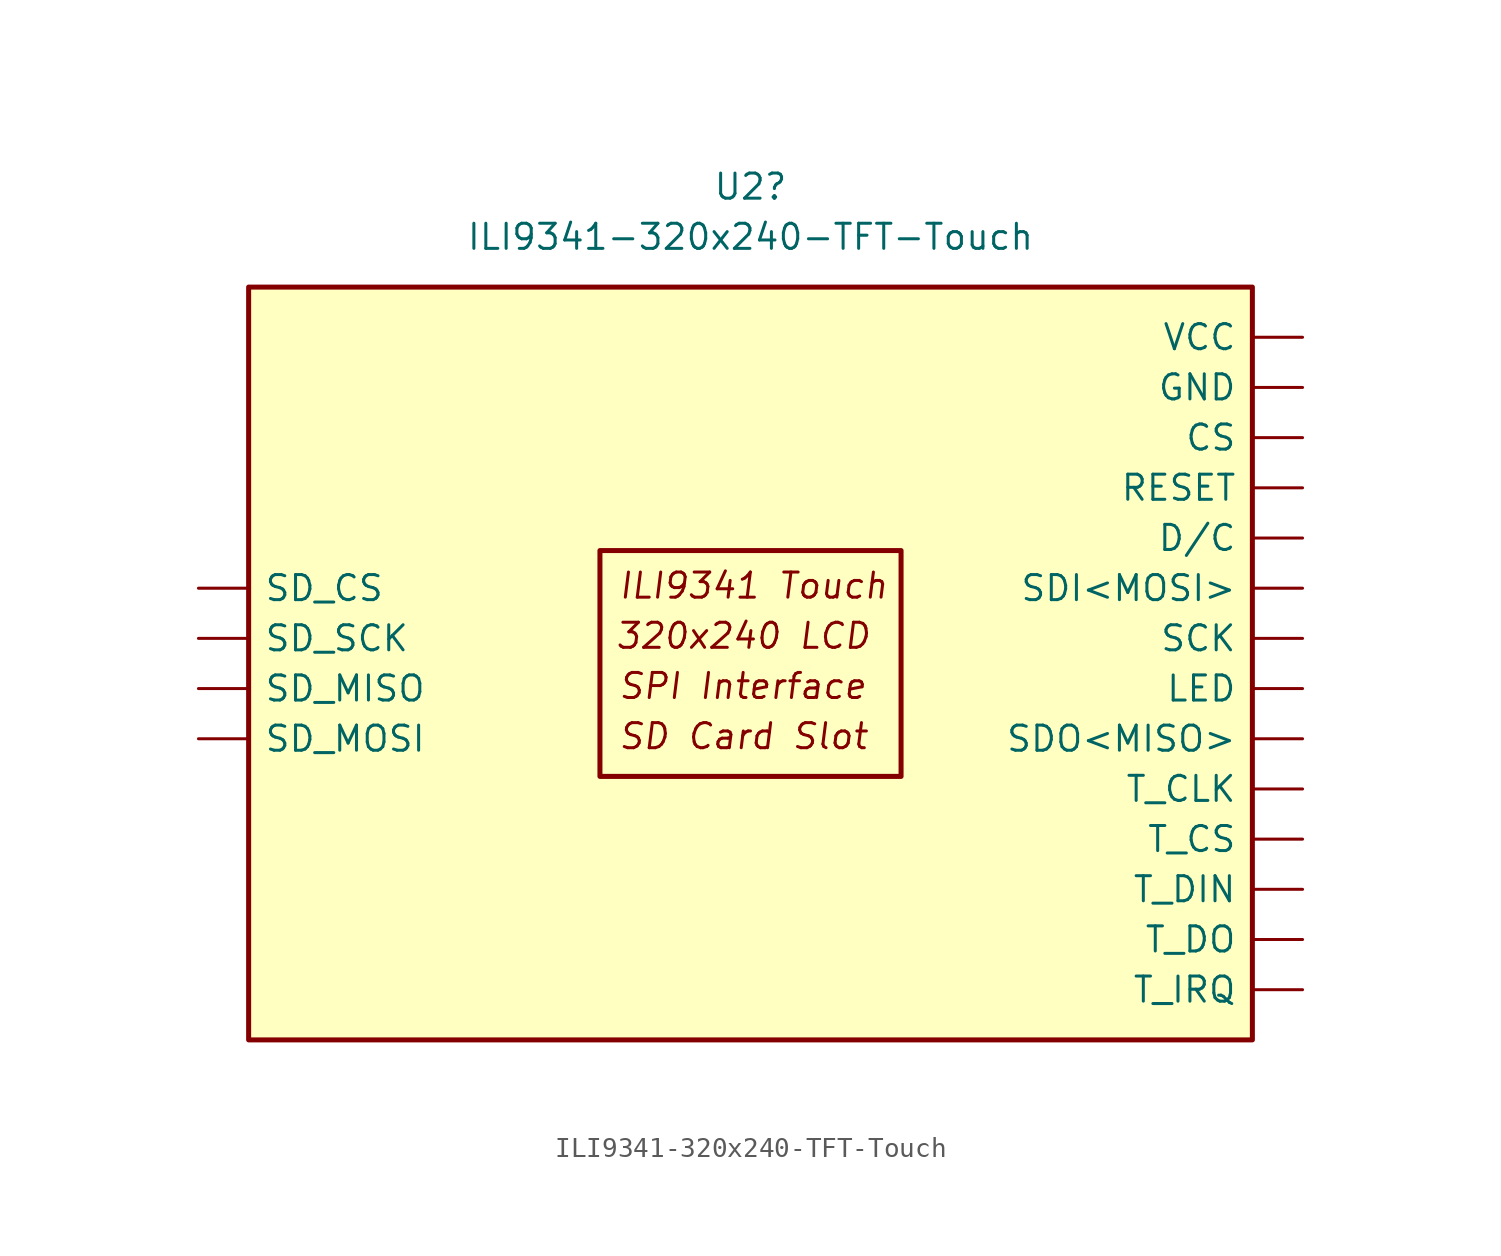
<source format=kicad_sym>
(kicad_symbol_lib
  (version 20231120)
  (generator "kicad_symbol_editor")
  (generator_version "8.0")
  (symbol "ILI9341-320x240-TFT-Touch"
    (pin_names
      (offset 0.762))
    (property "Reference" "U2"
      (at 8.89 17.78 0)
      (effects (font (size 1.27 1.27))))
    (property "Value" "ILI9341-320x240-TFT-Touch"
      (at 8.89 15.24 0)
      (effects (font (size 1.27 1.27))))
    (symbol "ILI9341-320x240-TFT-Touch_0_0"
      (text "320x240 LCD" (at 8.509 -4.953 0) (effects (font (size 1.27 1.27) (italic yes))))
      (text "SD Card Slot" (at 2.159 -10.033 0) (effects (font (size 1.27 1.27) (italic yes)) (justify left)))
      (text "SPI Interface" (at 2.159 -7.493 0) (effects (font (size 1.27 1.27) (italic yes)) (justify left))))
    (symbol "ILI9341-320x240-TFT-Touch_0_1"
      (rectangle (start -16.51 12.7) (end 34.29 -25.4) (stroke (width 0.254) (type default)) (fill (type background)))
      (rectangle (start 1.27 -0.635) (end 16.51 -12.065) (stroke (width 0.254) (type default)) (fill (type none))))
    (symbol "ILI9341-320x240-TFT-Touch_1_0"
      (text "ILI9341 Touch" (at 2.159 -2.413 0) (effects (font (size 1.27 1.27) (italic yes)) (justify left))))
    (symbol "ILI9341-320x240-TFT-Touch_1_1"
      (pin input line (at 36.83 5.08 180) (length 2.54) (name "CS" (effects (font (size 1.27 1.27)))) (number "" (effects (font (size 1.27 1.27)))))
      (pin input line (at 36.83 0 180) (length 2.54) (name "D/C" (effects (font (size 1.27 1.27)))) (number "" (effects (font (size 1.27 1.27)))))
      (pin power_in line (at 36.83 7.62 180) (length 2.54) (name "GND" (effects (font (size 1.27 1.27)))) (number "" (effects (font (size 1.27 1.27)))))
      (pin passive line (at 36.83 -7.62 180) (length 2.54) (name "LED" (effects (font (size 1.27 1.27)))) (number "" (effects (font (size 1.27 1.27)))))
      (pin power_in line (at 36.83 2.54 180) (length 2.54) (name "RESET" (effects (font (size 1.27 1.27)))) (number "" (effects (font (size 1.27 1.27)))))
      (pin input line (at 36.83 -5.08 180) (length 2.54) (name "SCK" (effects (font (size 1.27 1.27)))) (number "" (effects (font (size 1.27 1.27)))))
      (pin input line (at 36.83 -2.54 180) (length 2.54) (name "SDI<MOSI>" (effects (font (size 1.27 1.27)))) (number "" (effects (font (size 1.27 1.27)))))
      (pin output line (at 36.83 -10.16 180) (length 2.54) (name "SDO<MISO>" (effects (font (size 1.27 1.27)))) (number "" (effects (font (size 1.27 1.27)))))
      (pin input line (at -19.05 -2.54 0) (length 2.54) (name "SD_CS" (effects (font (size 1.27 1.27)))) (number "" (effects (font (size 1.27 1.27)))))
      (pin output line (at -19.05 -7.62 0) (length 2.54) (name "SD_MISO" (effects (font (size 1.27 1.27)))) (number "" (effects (font (size 1.27 1.27)))))
      (pin input line (at -19.05 -10.16 0) (length 2.54) (name "SD_MOSI" (effects (font (size 1.27 1.27)))) (number "" (effects (font (size 1.27 1.27)))))
      (pin input line (at -19.05 -5.08 0) (length 2.54) (name "SD_SCK" (effects (font (size 1.27 1.27)))) (number "" (effects (font (size 1.27 1.27)))))
      (pin input line (at 36.83 -12.7 180) (length 2.54) (name "T_CLK" (effects (font (size 1.27 1.27)))) (number "" (effects (font (size 1.27 1.27)))))
      (pin input line (at 36.83 -15.24 180) (length 2.54) (name "T_CS" (effects (font (size 1.27 1.27)))) (number "" (effects (font (size 1.27 1.27)))))
      (pin input line (at 36.83 -17.78 180) (length 2.54) (name "T_DIN" (effects (font (size 1.27 1.27)))) (number "" (effects (font (size 1.27 1.27)))))
      (pin output line (at 36.83 -20.32 180) (length 2.54) (name "T_DO" (effects (font (size 1.27 1.27)))) (number "" (effects (font (size 1.27 1.27)))))
      (pin output line (at 36.83 -22.86 180) (length 2.54) (name "T_IRQ" (effects (font (size 1.27 1.27)))) (number "" (effects (font (size 1.27 1.27)))))
      (pin power_in line (at 36.83 10.16 180) (length 2.54) (name "VCC" (effects (font (size 1.27 1.27)))) (number "" (effects (font (size 1.27 1.27))))))))
</source>
